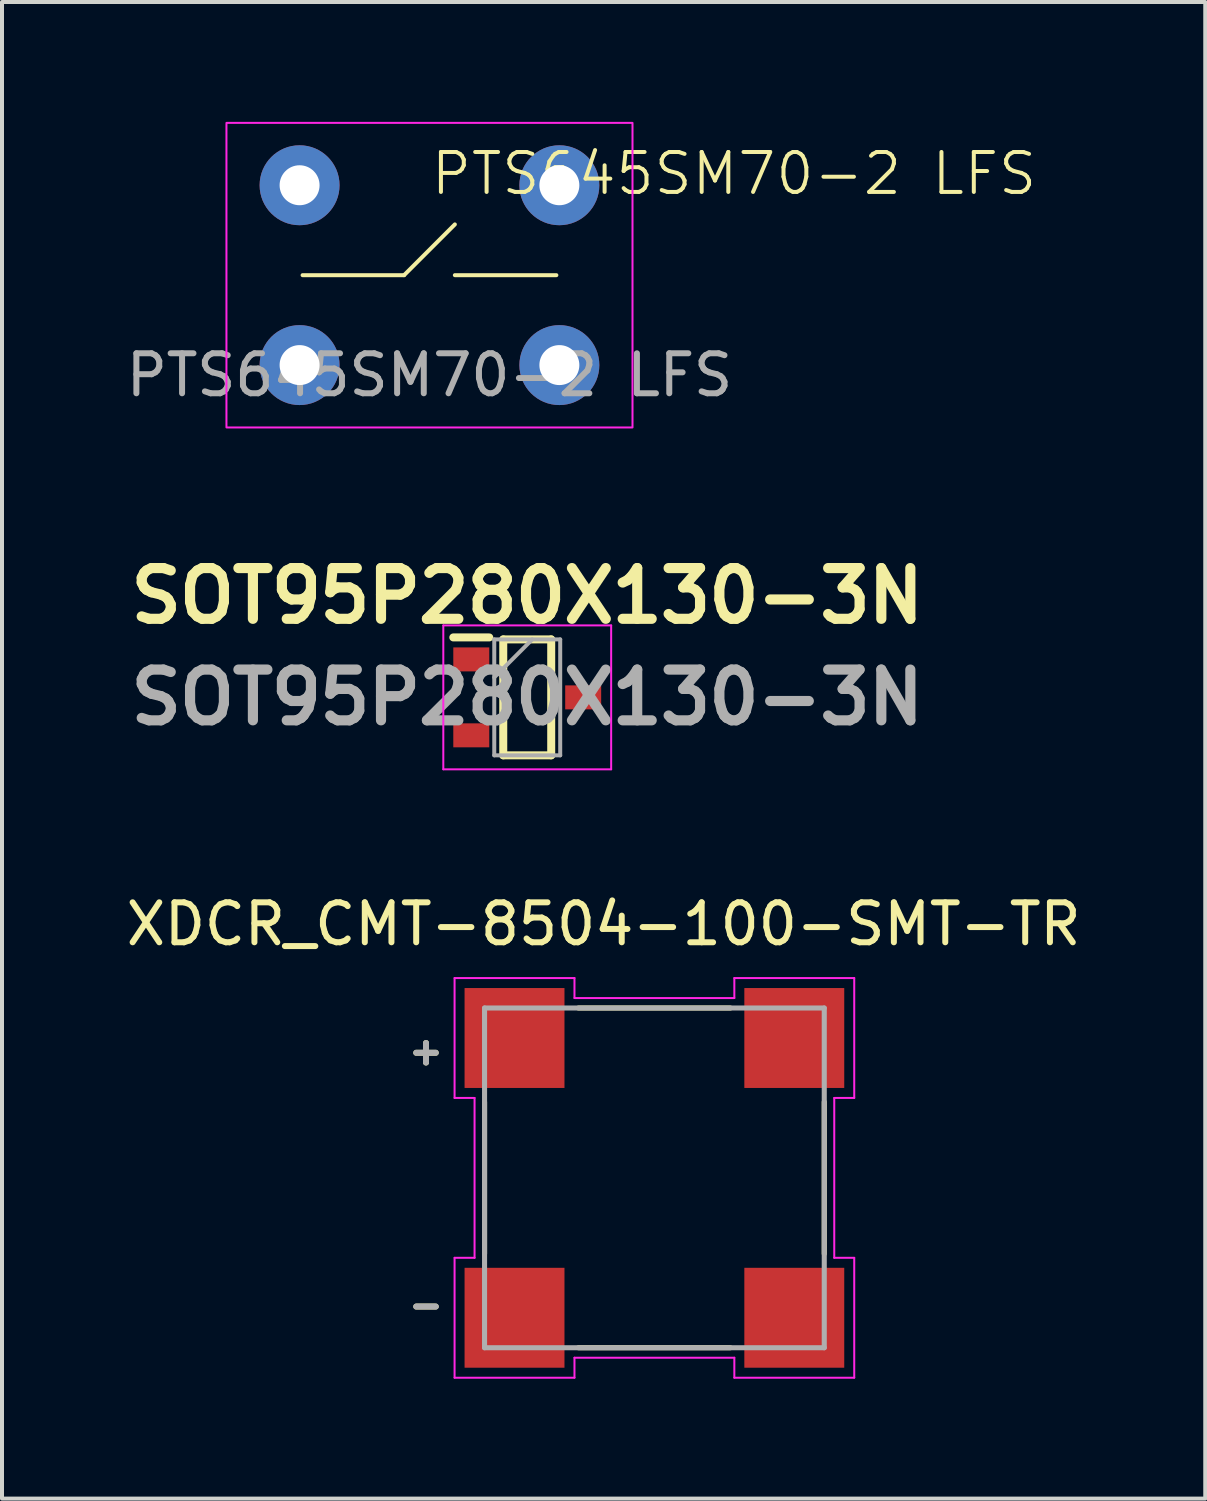
<source format=kicad_pcb>
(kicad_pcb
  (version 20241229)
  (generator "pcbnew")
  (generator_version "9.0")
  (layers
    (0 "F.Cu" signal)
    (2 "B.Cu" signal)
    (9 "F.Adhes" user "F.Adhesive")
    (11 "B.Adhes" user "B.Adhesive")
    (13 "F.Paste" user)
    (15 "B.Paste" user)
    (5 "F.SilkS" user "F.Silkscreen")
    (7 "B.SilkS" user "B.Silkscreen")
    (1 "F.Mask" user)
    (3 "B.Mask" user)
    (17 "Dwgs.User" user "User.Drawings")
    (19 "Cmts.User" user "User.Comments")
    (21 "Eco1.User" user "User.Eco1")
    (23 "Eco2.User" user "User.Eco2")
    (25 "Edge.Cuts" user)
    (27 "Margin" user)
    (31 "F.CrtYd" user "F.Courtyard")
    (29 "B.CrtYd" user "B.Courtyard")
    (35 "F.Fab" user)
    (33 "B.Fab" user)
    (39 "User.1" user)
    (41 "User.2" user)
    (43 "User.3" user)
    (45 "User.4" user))
  (footprint "PTS645SM70-2 LFS"
    (layer "F.Cu")
    (at 7.696 3.835)
    (property "Reference" "PTS645SM70-2 LFS" (at 7.62 -2.54 0) (unlocked yes) (layer "F.SilkS") (effects (font (size 1 1) (thickness 0.1))))
    (attr through_hole)
    (fp_line (start -3.175 0) (end -0.635 0) (stroke (width 0.1) (type default)) (layer "F.SilkS"))
    (fp_line (start -0.635 0) (end 0.635 -1.27) (stroke (width 0.1) (type default)) (layer "F.SilkS"))
    (fp_line (start 0.635 0) (end 3.175 0) (stroke (width 0.1) (type default)) (layer "F.SilkS"))
    (fp_rect (start -5.08 -3.81) (end 5.08 3.81) (stroke (width 0.05) (type default)) (fill no) (layer "F.CrtYd"))
    (fp_text user "${REFERENCE}" (at 0 2.5 0) (unlocked yes) (layer "F.Fab") (effects (font (size 1 1) (thickness 0.15))))
    (pad "1" thru_hole circle (at -3.25 -2.25) (size 2 2) (drill 1) (layers "*.Cu" "*.Mask"))
    (pad "2" thru_hole circle (at 3.25 -2.25) (size 2 2) (drill 1) (layers "*.Cu" "*.Mask"))
    (pad "3" thru_hole circle (at -3.25 2.25) (size 2 2) (drill 1) (layers "*.Cu" "*.Mask"))
    (pad "4" thru_hole circle (at 3.25 2.25) (size 2 2) (drill 1) (layers "*.Cu" "*.Mask")))
  (footprint "SOT95P280X130-3N"
    (layer "F.Cu")
    (at 10.142 14.399)
    (property "Reference" "SOT95P280X130-3N" (at 0 -2.54 0) (layer "F.SilkS") (effects (font (size 1.27 1.27) (thickness 0.254))))
    (attr smd)
    (fp_line (start -1.85 -1.5) (end -0.95 -1.5) (stroke (width 0.2) (type solid)) (layer "F.SilkS"))
    (fp_line (start -0.6 -1.45) (end 0.6 -1.45) (stroke (width 0.2) (type solid)) (layer "F.SilkS"))
    (fp_line (start -0.6 1.45) (end -0.6 -1.45) (stroke (width 0.2) (type solid)) (layer "F.SilkS"))
    (fp_line (start 0.6 -1.45) (end 0.6 1.45) (stroke (width 0.2) (type solid)) (layer "F.SilkS"))
    (fp_line (start 0.6 1.45) (end -0.6 1.45) (stroke (width 0.2) (type solid)) (layer "F.SilkS"))
    (fp_line (start -2.1 -1.8) (end 2.1 -1.8) (stroke (width 0.05) (type solid)) (layer "F.CrtYd"))
    (fp_line (start -2.1 1.8) (end -2.1 -1.8) (stroke (width 0.05) (type solid)) (layer "F.CrtYd"))
    (fp_line (start 2.1 -1.8) (end 2.1 1.8) (stroke (width 0.05) (type solid)) (layer "F.CrtYd"))
    (fp_line (start 2.1 1.8) (end -2.1 1.8) (stroke (width 0.05) (type solid)) (layer "F.CrtYd"))
    (fp_line (start -0.825 -1.45) (end 0.825 -1.45) (stroke (width 0.1) (type solid)) (layer "F.Fab"))
    (fp_line (start -0.825 -0.5) (end 0.125 -1.45) (stroke (width 0.1) (type solid)) (layer "F.Fab"))
    (fp_line (start -0.825 1.45) (end -0.825 -1.45) (stroke (width 0.1) (type solid)) (layer "F.Fab"))
    (fp_line (start 0.825 -1.45) (end 0.825 1.45) (stroke (width 0.1) (type solid)) (layer "F.Fab"))
    (fp_line (start 0.825 1.45) (end -0.825 1.45) (stroke (width 0.1) (type solid)) (layer "F.Fab"))
    (fp_text user "${REFERENCE}" (at 0 0 0) (layer "F.Fab") (effects (font (size 1.27 1.27) (thickness 0.254))))
    (pad "1" smd rect (at -1.4 -0.95 90) (size 0.6 0.9) (layers "F.Cu" "F.Mask" "F.Paste"))
    (pad "2" smd rect (at -1.4 0.95 90) (size 0.6 0.9) (layers "F.Cu" "F.Mask" "F.Paste"))
    (pad "3" smd rect (at 1.4 0 90) (size 0.6 0.9) (layers "F.Cu" "F.Mask" "F.Paste")))
  (footprint "XDCR_CMT-8504-100-SMT-TR"
    (layer "F.Cu")
    (at 13.324 26.422)
    (property "Reference" "XDCR_CMT-8504-100-SMT-TR" (at -1.27 -6.35 0) (layer "F.SilkS") (effects (font (size 1 1) (thickness 0.15))))
    (attr smd)
    (fp_line (start -4.25 -1.9) (end -4.25 1.9) (stroke (width 0.127) (type solid)) (layer "F.SilkS"))
    (fp_line (start -1.9 4.25) (end 1.9 4.25) (stroke (width 0.127) (type solid)) (layer "F.SilkS"))
    (fp_line (start 1.9 -4.25) (end -1.9 -4.25) (stroke (width 0.127) (type solid)) (layer "F.SilkS"))
    (fp_line (start 4.25 1.9) (end 4.25 -1.9) (stroke (width 0.127) (type solid)) (layer "F.SilkS"))
    (fp_line (start -5 -5) (end -2 -5) (stroke (width 0.05) (type solid)) (layer "F.CrtYd"))
    (fp_line (start -5 -2) (end -5 -5) (stroke (width 0.05) (type solid)) (layer "F.CrtYd"))
    (fp_line (start -5 2) (end -4.5 2) (stroke (width 0.05) (type solid)) (layer "F.CrtYd"))
    (fp_line (start -5 5) (end -5 2) (stroke (width 0.05) (type solid)) (layer "F.CrtYd"))
    (fp_line (start -4.5 -2) (end -5 -2) (stroke (width 0.05) (type solid)) (layer "F.CrtYd"))
    (fp_line (start -4.5 2) (end -4.5 -2) (stroke (width 0.05) (type solid)) (layer "F.CrtYd"))
    (fp_line (start -2 -5) (end -2 -4.5) (stroke (width 0.05) (type solid)) (layer "F.CrtYd"))
    (fp_line (start -2 -4.5) (end 2 -4.5) (stroke (width 0.05) (type solid)) (layer "F.CrtYd"))
    (fp_line (start -2 4.5) (end -2 5) (stroke (width 0.05) (type solid)) (layer "F.CrtYd"))
    (fp_line (start -2 5) (end -5 5) (stroke (width 0.05) (type solid)) (layer "F.CrtYd"))
    (fp_line (start 2 -5) (end 5 -5) (stroke (width 0.05) (type solid)) (layer "F.CrtYd"))
    (fp_line (start 2 -4.5) (end 2 -5) (stroke (width 0.05) (type solid)) (layer "F.CrtYd"))
    (fp_line (start 2 4.5) (end -2 4.5) (stroke (width 0.05) (type solid)) (layer "F.CrtYd"))
    (fp_line (start 2 5) (end 2 4.5) (stroke (width 0.05) (type solid)) (layer "F.CrtYd"))
    (fp_line (start 4.5 -2) (end 4.5 2) (stroke (width 0.05) (type solid)) (layer "F.CrtYd"))
    (fp_line (start 4.5 2) (end 5 2) (stroke (width 0.05) (type solid)) (layer "F.CrtYd"))
    (fp_line (start 5 -5) (end 5 -2) (stroke (width 0.05) (type solid)) (layer "F.CrtYd"))
    (fp_line (start 5 -2) (end 4.5 -2) (stroke (width 0.05) (type solid)) (layer "F.CrtYd"))
    (fp_line (start 5 2) (end 5 5) (stroke (width 0.05) (type solid)) (layer "F.CrtYd"))
    (fp_line (start 5 5) (end 2 5) (stroke (width 0.05) (type solid)) (layer "F.CrtYd"))
    (fp_line (start -4.25 -4.25) (end -4.25 4.25) (stroke (width 0.127) (type solid)) (layer "F.Fab"))
    (fp_line (start -4.25 4.25) (end 4.25 4.25) (stroke (width 0.127) (type solid)) (layer "F.Fab"))
    (fp_line (start 4.25 -4.25) (end -4.25 -4.25) (stroke (width 0.127) (type solid)) (layer "F.Fab"))
    (fp_line (start 4.25 4.25) (end 4.25 -4.25) (stroke (width 0.127) (type solid)) (layer "F.Fab"))
    (fp_text user "-" (at -5.715 3.175 0) (layer "F.SilkS") (effects (font (size 0.64 0.64) (thickness 0.15))))
    (fp_text user "+" (at -5.715 -3.175 0) (layer "F.SilkS") (effects (font (size 0.64 0.64) (thickness 0.15))))
    (fp_text user "-" (at -5.715 3.175 0) (layer "F.Fab") (effects (font (size 0.64 0.64) (thickness 0.15))))
    (fp_text user "+" (at -5.715 -3.175 0) (layer "F.Fab") (effects (font (size 0.64 0.64) (thickness 0.15))))
    (pad "1" smd rect (at 3.5 -3.5) (size 2.5 2.5) (layers "F.Cu" "F.Mask" "F.Paste"))
    (pad "2" smd rect (at 3.5 3.5) (size 2.5 2.5) (layers "F.Cu" "F.Mask" "F.Paste"))
    (pad "N" smd rect (at -3.5 3.5) (size 2.5 2.5) (layers "F.Cu" "F.Mask" "F.Paste"))
    (pad "P" smd rect (at -3.5 -3.5) (size 2.5 2.5) (layers "F.Cu" "F.Mask" "F.Paste")))
  (gr_rect
    (start -3 -3)
    (end 27.107 34.447)
    (stroke (width 0.1) (type default))
    (fill no)
    (layer "Edge.Cuts")))
</source>
